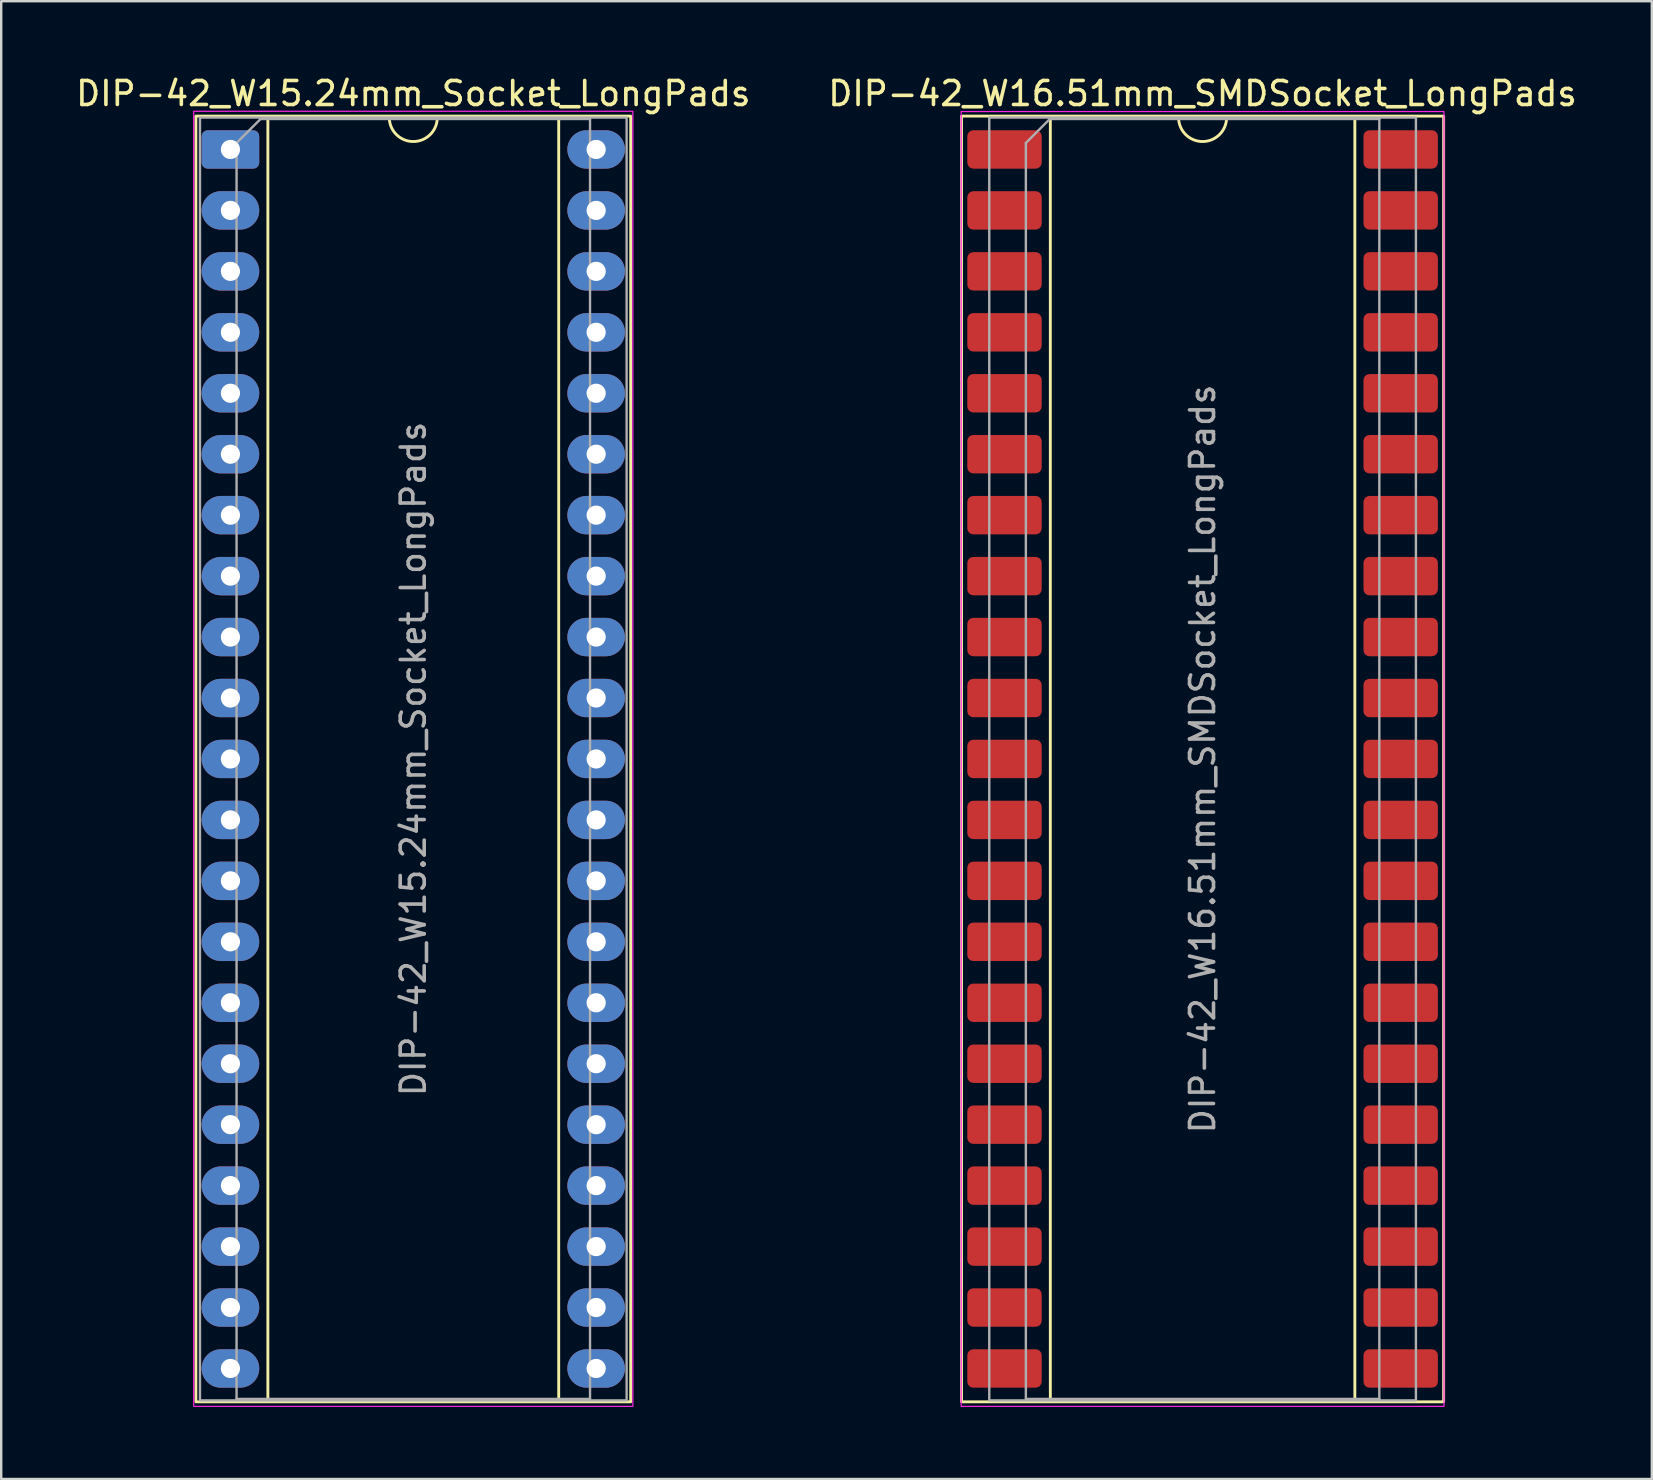
<source format=kicad_pcb>
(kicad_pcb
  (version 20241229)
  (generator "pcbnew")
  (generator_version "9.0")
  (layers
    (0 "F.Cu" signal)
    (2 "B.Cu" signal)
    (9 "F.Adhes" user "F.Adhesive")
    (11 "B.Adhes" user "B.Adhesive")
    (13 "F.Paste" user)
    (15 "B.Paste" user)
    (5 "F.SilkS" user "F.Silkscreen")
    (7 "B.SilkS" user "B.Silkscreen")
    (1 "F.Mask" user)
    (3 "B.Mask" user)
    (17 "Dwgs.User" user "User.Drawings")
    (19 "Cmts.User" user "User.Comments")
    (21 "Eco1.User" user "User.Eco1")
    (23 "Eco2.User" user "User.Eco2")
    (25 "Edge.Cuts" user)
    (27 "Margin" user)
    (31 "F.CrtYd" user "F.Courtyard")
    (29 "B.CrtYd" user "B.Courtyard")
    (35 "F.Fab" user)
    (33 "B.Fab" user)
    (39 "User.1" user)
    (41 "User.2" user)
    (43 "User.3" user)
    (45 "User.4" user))
  (footprint "DIP-42_W16.51mm_SMDSocket_LongPads"
    (layer "F.Cu")
    (at 47.065 28.578)
    (property "Reference" "DIP-42_W16.51mm_SMDSocket_LongPads" (at 0 -27.73 0) (layer "F.SilkS") (effects (font (size 1 1) (thickness 0.15))))
    (attr smd)
    (fp_line (start -6.345 -26.73) (end -6.345 26.73) (stroke (width 0.12) (type solid)) (layer "F.SilkS"))
    (fp_line (start -6.345 26.73) (end 6.345 26.73) (stroke (width 0.12) (type solid)) (layer "F.SilkS"))
    (fp_line (start -1 -26.73) (end -6.345 -26.73) (stroke (width 0.12) (type solid)) (layer "F.SilkS"))
    (fp_line (start 6.345 -26.73) (end 1 -26.73) (stroke (width 0.12) (type solid)) (layer "F.SilkS"))
    (fp_line (start 6.345 26.73) (end 6.345 -26.73) (stroke (width 0.12) (type solid)) (layer "F.SilkS"))
    (fp_rect (start -10.045 -26.79) (end 10.045 26.79) (stroke (width 0.12) (type solid)) (fill no) (layer "F.SilkS"))
    (fp_arc (start 1 -26.73) (mid 0 -25.73) (end -1 -26.73) (stroke (width 0.12) (type solid)) (layer "F.SilkS"))
    (fp_rect (start -10.06 -26.98) (end 10.06 26.98) (stroke (width 0.05) (type solid)) (fill no) (layer "F.CrtYd"))
    (fp_line (start -7.365 -25.67) (end -6.365 -26.67) (stroke (width 0.1) (type solid)) (layer "F.Fab"))
    (fp_line (start -7.365 26.67) (end -7.365 -25.67) (stroke (width 0.1) (type solid)) (layer "F.Fab"))
    (fp_line (start -6.365 -26.67) (end 7.365 -26.67) (stroke (width 0.1) (type solid)) (layer "F.Fab"))
    (fp_line (start 7.365 -26.67) (end 7.365 26.67) (stroke (width 0.1) (type solid)) (layer "F.Fab"))
    (fp_line (start 7.365 26.67) (end -7.365 26.67) (stroke (width 0.1) (type solid)) (layer "F.Fab"))
    (fp_rect (start -8.89 -26.73) (end 8.89 26.73) (stroke (width 0.1) (type solid)) (fill no) (layer "F.Fab"))
    (fp_text user "${REFERENCE}" (at 0 0 90) (layer "F.Fab") (effects (font (size 1 1) (thickness 0.15))))
    (pad "1" smd roundrect (at -8.255 -25.4) (size 3.1 1.6) (layers "F.Cu" "F.Mask" "F.Paste") (roundrect_rratio 0.156))
    (pad "2" smd roundrect (at -8.255 -22.86) (size 3.1 1.6) (layers "F.Cu" "F.Mask" "F.Paste") (roundrect_rratio 0.156))
    (pad "3" smd roundrect (at -8.255 -20.32) (size 3.1 1.6) (layers "F.Cu" "F.Mask" "F.Paste") (roundrect_rratio 0.156))
    (pad "4" smd roundrect (at -8.255 -17.78) (size 3.1 1.6) (layers "F.Cu" "F.Mask" "F.Paste") (roundrect_rratio 0.156))
    (pad "5" smd roundrect (at -8.255 -15.24) (size 3.1 1.6) (layers "F.Cu" "F.Mask" "F.Paste") (roundrect_rratio 0.156))
    (pad "6" smd roundrect (at -8.255 -12.7) (size 3.1 1.6) (layers "F.Cu" "F.Mask" "F.Paste") (roundrect_rratio 0.156))
    (pad "7" smd roundrect (at -8.255 -10.16) (size 3.1 1.6) (layers "F.Cu" "F.Mask" "F.Paste") (roundrect_rratio 0.156))
    (pad "8" smd roundrect (at -8.255 -7.62) (size 3.1 1.6) (layers "F.Cu" "F.Mask" "F.Paste") (roundrect_rratio 0.156))
    (pad "9" smd roundrect (at -8.255 -5.08) (size 3.1 1.6) (layers "F.Cu" "F.Mask" "F.Paste") (roundrect_rratio 0.156))
    (pad "10" smd roundrect (at -8.255 -2.54) (size 3.1 1.6) (layers "F.Cu" "F.Mask" "F.Paste") (roundrect_rratio 0.156))
    (pad "11" smd roundrect (at -8.255 0) (size 3.1 1.6) (layers "F.Cu" "F.Mask" "F.Paste") (roundrect_rratio 0.156))
    (pad "12" smd roundrect (at -8.255 2.54) (size 3.1 1.6) (layers "F.Cu" "F.Mask" "F.Paste") (roundrect_rratio 0.156))
    (pad "13" smd roundrect (at -8.255 5.08) (size 3.1 1.6) (layers "F.Cu" "F.Mask" "F.Paste") (roundrect_rratio 0.156))
    (pad "14" smd roundrect (at -8.255 7.62) (size 3.1 1.6) (layers "F.Cu" "F.Mask" "F.Paste") (roundrect_rratio 0.156))
    (pad "15" smd roundrect (at -8.255 10.16) (size 3.1 1.6) (layers "F.Cu" "F.Mask" "F.Paste") (roundrect_rratio 0.156))
    (pad "16" smd roundrect (at -8.255 12.7) (size 3.1 1.6) (layers "F.Cu" "F.Mask" "F.Paste") (roundrect_rratio 0.156))
    (pad "17" smd roundrect (at -8.255 15.24) (size 3.1 1.6) (layers "F.Cu" "F.Mask" "F.Paste") (roundrect_rratio 0.156))
    (pad "18" smd roundrect (at -8.255 17.78) (size 3.1 1.6) (layers "F.Cu" "F.Mask" "F.Paste") (roundrect_rratio 0.156))
    (pad "19" smd roundrect (at -8.255 20.32) (size 3.1 1.6) (layers "F.Cu" "F.Mask" "F.Paste") (roundrect_rratio 0.156))
    (pad "20" smd roundrect (at -8.255 22.86) (size 3.1 1.6) (layers "F.Cu" "F.Mask" "F.Paste") (roundrect_rratio 0.156))
    (pad "21" smd roundrect (at -8.255 25.4) (size 3.1 1.6) (layers "F.Cu" "F.Mask" "F.Paste") (roundrect_rratio 0.156))
    (pad "22" smd roundrect (at 8.255 25.4) (size 3.1 1.6) (layers "F.Cu" "F.Mask" "F.Paste") (roundrect_rratio 0.156))
    (pad "23" smd roundrect (at 8.255 22.86) (size 3.1 1.6) (layers "F.Cu" "F.Mask" "F.Paste") (roundrect_rratio 0.156))
    (pad "24" smd roundrect (at 8.255 20.32) (size 3.1 1.6) (layers "F.Cu" "F.Mask" "F.Paste") (roundrect_rratio 0.156))
    (pad "25" smd roundrect (at 8.255 17.78) (size 3.1 1.6) (layers "F.Cu" "F.Mask" "F.Paste") (roundrect_rratio 0.156))
    (pad "26" smd roundrect (at 8.255 15.24) (size 3.1 1.6) (layers "F.Cu" "F.Mask" "F.Paste") (roundrect_rratio 0.156))
    (pad "27" smd roundrect (at 8.255 12.7) (size 3.1 1.6) (layers "F.Cu" "F.Mask" "F.Paste") (roundrect_rratio 0.156))
    (pad "28" smd roundrect (at 8.255 10.16) (size 3.1 1.6) (layers "F.Cu" "F.Mask" "F.Paste") (roundrect_rratio 0.156))
    (pad "29" smd roundrect (at 8.255 7.62) (size 3.1 1.6) (layers "F.Cu" "F.Mask" "F.Paste") (roundrect_rratio 0.156))
    (pad "30" smd roundrect (at 8.255 5.08) (size 3.1 1.6) (layers "F.Cu" "F.Mask" "F.Paste") (roundrect_rratio 0.156))
    (pad "31" smd roundrect (at 8.255 2.54) (size 3.1 1.6) (layers "F.Cu" "F.Mask" "F.Paste") (roundrect_rratio 0.156))
    (pad "32" smd roundrect (at 8.255 0) (size 3.1 1.6) (layers "F.Cu" "F.Mask" "F.Paste") (roundrect_rratio 0.156))
    (pad "33" smd roundrect (at 8.255 -2.54) (size 3.1 1.6) (layers "F.Cu" "F.Mask" "F.Paste") (roundrect_rratio 0.156))
    (pad "34" smd roundrect (at 8.255 -5.08) (size 3.1 1.6) (layers "F.Cu" "F.Mask" "F.Paste") (roundrect_rratio 0.156))
    (pad "35" smd roundrect (at 8.255 -7.62) (size 3.1 1.6) (layers "F.Cu" "F.Mask" "F.Paste") (roundrect_rratio 0.156))
    (pad "36" smd roundrect (at 8.255 -10.16) (size 3.1 1.6) (layers "F.Cu" "F.Mask" "F.Paste") (roundrect_rratio 0.156))
    (pad "37" smd roundrect (at 8.255 -12.7) (size 3.1 1.6) (layers "F.Cu" "F.Mask" "F.Paste") (roundrect_rratio 0.156))
    (pad "38" smd roundrect (at 8.255 -15.24) (size 3.1 1.6) (layers "F.Cu" "F.Mask" "F.Paste") (roundrect_rratio 0.156))
    (pad "39" smd roundrect (at 8.255 -17.78) (size 3.1 1.6) (layers "F.Cu" "F.Mask" "F.Paste") (roundrect_rratio 0.156))
    (pad "40" smd roundrect (at 8.255 -20.32) (size 3.1 1.6) (layers "F.Cu" "F.Mask" "F.Paste") (roundrect_rratio 0.156))
    (pad "41" smd roundrect (at 8.255 -22.86) (size 3.1 1.6) (layers "F.Cu" "F.Mask" "F.Paste") (roundrect_rratio 0.156))
    (pad "42" smd roundrect (at 8.255 -25.4) (size 3.1 1.6) (layers "F.Cu" "F.Mask" "F.Paste") (roundrect_rratio 0.156)))
  (footprint "DIP-42_W15.24mm_Socket_LongPads"
    (layer "F.Cu")
    (at 6.553 3.178)
    (property "Reference" "DIP-42_W15.24mm_Socket_LongPads" (at 7.62 -2.33 0) (layer "F.SilkS") (effects (font (size 1 1) (thickness 0.15))))
    (attr through_hole)
    (fp_line (start 1.56 -1.33) (end 1.56 52.13) (stroke (width 0.12) (type solid)) (layer "F.SilkS"))
    (fp_line (start 1.56 52.13) (end 13.68 52.13) (stroke (width 0.12) (type solid)) (layer "F.SilkS"))
    (fp_line (start 6.62 -1.33) (end 1.56 -1.33) (stroke (width 0.12) (type solid)) (layer "F.SilkS"))
    (fp_line (start 13.68 -1.33) (end 8.62 -1.33) (stroke (width 0.12) (type solid)) (layer "F.SilkS"))
    (fp_line (start 13.68 52.13) (end 13.68 -1.33) (stroke (width 0.12) (type solid)) (layer "F.SilkS"))
    (fp_rect (start -1.44 -1.39) (end 16.68 52.19) (stroke (width 0.12) (type solid)) (fill no) (layer "F.SilkS"))
    (fp_arc (start 8.62 -1.33) (mid 7.62 -0.33) (end 6.62 -1.33) (stroke (width 0.12) (type solid)) (layer "F.SilkS"))
    (fp_rect (start -1.53 -1.59) (end 16.77 52.38) (stroke (width 0.05) (type solid)) (fill no) (layer "F.CrtYd"))
    (fp_line (start 0.255 -0.27) (end 1.255 -1.27) (stroke (width 0.1) (type solid)) (layer "F.Fab"))
    (fp_line (start 0.255 52.07) (end 0.255 -0.27) (stroke (width 0.1) (type solid)) (layer "F.Fab"))
    (fp_line (start 1.255 -1.27) (end 14.985 -1.27) (stroke (width 0.1) (type solid)) (layer "F.Fab"))
    (fp_line (start 14.985 -1.27) (end 14.985 52.07) (stroke (width 0.1) (type solid)) (layer "F.Fab"))
    (fp_line (start 14.985 52.07) (end 0.255 52.07) (stroke (width 0.1) (type solid)) (layer "F.Fab"))
    (fp_rect (start -1.27 -1.33) (end 16.51 52.13) (stroke (width 0.1) (type solid)) (fill no) (layer "F.Fab"))
    (fp_text user "${REFERENCE}" (at 7.62 25.4 90) (layer "F.Fab") (effects (font (size 1 1) (thickness 0.15))))
    (pad "1" thru_hole roundrect (at 0 0) (size 2.4 1.6) (drill 0.8) (layers "*.Cu" "*.Mask") (roundrect_rratio 0.156))
    (pad "2" thru_hole oval (at 0 2.54) (size 2.4 1.6) (drill 0.8) (layers "*.Cu" "*.Mask"))
    (pad "3" thru_hole oval (at 0 5.08) (size 2.4 1.6) (drill 0.8) (layers "*.Cu" "*.Mask"))
    (pad "4" thru_hole oval (at 0 7.62) (size 2.4 1.6) (drill 0.8) (layers "*.Cu" "*.Mask"))
    (pad "5" thru_hole oval (at 0 10.16) (size 2.4 1.6) (drill 0.8) (layers "*.Cu" "*.Mask"))
    (pad "6" thru_hole oval (at 0 12.7) (size 2.4 1.6) (drill 0.8) (layers "*.Cu" "*.Mask"))
    (pad "7" thru_hole oval (at 0 15.24) (size 2.4 1.6) (drill 0.8) (layers "*.Cu" "*.Mask"))
    (pad "8" thru_hole oval (at 0 17.78) (size 2.4 1.6) (drill 0.8) (layers "*.Cu" "*.Mask"))
    (pad "9" thru_hole oval (at 0 20.32) (size 2.4 1.6) (drill 0.8) (layers "*.Cu" "*.Mask"))
    (pad "10" thru_hole oval (at 0 22.86) (size 2.4 1.6) (drill 0.8) (layers "*.Cu" "*.Mask"))
    (pad "11" thru_hole oval (at 0 25.4) (size 2.4 1.6) (drill 0.8) (layers "*.Cu" "*.Mask"))
    (pad "12" thru_hole oval (at 0 27.94) (size 2.4 1.6) (drill 0.8) (layers "*.Cu" "*.Mask"))
    (pad "13" thru_hole oval (at 0 30.48) (size 2.4 1.6) (drill 0.8) (layers "*.Cu" "*.Mask"))
    (pad "14" thru_hole oval (at 0 33.02) (size 2.4 1.6) (drill 0.8) (layers "*.Cu" "*.Mask"))
    (pad "15" thru_hole oval (at 0 35.56) (size 2.4 1.6) (drill 0.8) (layers "*.Cu" "*.Mask"))
    (pad "16" thru_hole oval (at 0 38.1) (size 2.4 1.6) (drill 0.8) (layers "*.Cu" "*.Mask"))
    (pad "17" thru_hole oval (at 0 40.64) (size 2.4 1.6) (drill 0.8) (layers "*.Cu" "*.Mask"))
    (pad "18" thru_hole oval (at 0 43.18) (size 2.4 1.6) (drill 0.8) (layers "*.Cu" "*.Mask"))
    (pad "19" thru_hole oval (at 0 45.72) (size 2.4 1.6) (drill 0.8) (layers "*.Cu" "*.Mask"))
    (pad "20" thru_hole oval (at 0 48.26) (size 2.4 1.6) (drill 0.8) (layers "*.Cu" "*.Mask"))
    (pad "21" thru_hole oval (at 0 50.8) (size 2.4 1.6) (drill 0.8) (layers "*.Cu" "*.Mask"))
    (pad "22" thru_hole oval (at 15.24 50.8) (size 2.4 1.6) (drill 0.8) (layers "*.Cu" "*.Mask"))
    (pad "23" thru_hole oval (at 15.24 48.26) (size 2.4 1.6) (drill 0.8) (layers "*.Cu" "*.Mask"))
    (pad "24" thru_hole oval (at 15.24 45.72) (size 2.4 1.6) (drill 0.8) (layers "*.Cu" "*.Mask"))
    (pad "25" thru_hole oval (at 15.24 43.18) (size 2.4 1.6) (drill 0.8) (layers "*.Cu" "*.Mask"))
    (pad "26" thru_hole oval (at 15.24 40.64) (size 2.4 1.6) (drill 0.8) (layers "*.Cu" "*.Mask"))
    (pad "27" thru_hole oval (at 15.24 38.1) (size 2.4 1.6) (drill 0.8) (layers "*.Cu" "*.Mask"))
    (pad "28" thru_hole oval (at 15.24 35.56) (size 2.4 1.6) (drill 0.8) (layers "*.Cu" "*.Mask"))
    (pad "29" thru_hole oval (at 15.24 33.02) (size 2.4 1.6) (drill 0.8) (layers "*.Cu" "*.Mask"))
    (pad "30" thru_hole oval (at 15.24 30.48) (size 2.4 1.6) (drill 0.8) (layers "*.Cu" "*.Mask"))
    (pad "31" thru_hole oval (at 15.24 27.94) (size 2.4 1.6) (drill 0.8) (layers "*.Cu" "*.Mask"))
    (pad "32" thru_hole oval (at 15.24 25.4) (size 2.4 1.6) (drill 0.8) (layers "*.Cu" "*.Mask"))
    (pad "33" thru_hole oval (at 15.24 22.86) (size 2.4 1.6) (drill 0.8) (layers "*.Cu" "*.Mask"))
    (pad "34" thru_hole oval (at 15.24 20.32) (size 2.4 1.6) (drill 0.8) (layers "*.Cu" "*.Mask"))
    (pad "35" thru_hole oval (at 15.24 17.78) (size 2.4 1.6) (drill 0.8) (layers "*.Cu" "*.Mask"))
    (pad "36" thru_hole oval (at 15.24 15.24) (size 2.4 1.6) (drill 0.8) (layers "*.Cu" "*.Mask"))
    (pad "37" thru_hole oval (at 15.24 12.7) (size 2.4 1.6) (drill 0.8) (layers "*.Cu" "*.Mask"))
    (pad "38" thru_hole oval (at 15.24 10.16) (size 2.4 1.6) (drill 0.8) (layers "*.Cu" "*.Mask"))
    (pad "39" thru_hole oval (at 15.24 7.62) (size 2.4 1.6) (drill 0.8) (layers "*.Cu" "*.Mask"))
    (pad "40" thru_hole oval (at 15.24 5.08) (size 2.4 1.6) (drill 0.8) (layers "*.Cu" "*.Mask"))
    (pad "41" thru_hole oval (at 15.24 2.54) (size 2.4 1.6) (drill 0.8) (layers "*.Cu" "*.Mask"))
    (pad "42" thru_hole oval (at 15.24 0) (size 2.4 1.6) (drill 0.8) (layers "*.Cu" "*.Mask")))
  (gr_rect
    (start -3 -3)
    (end 65.786 58.583)
    (stroke (width 0.1) (type default))
    (fill no)
    (layer "Edge.Cuts")))
</source>
